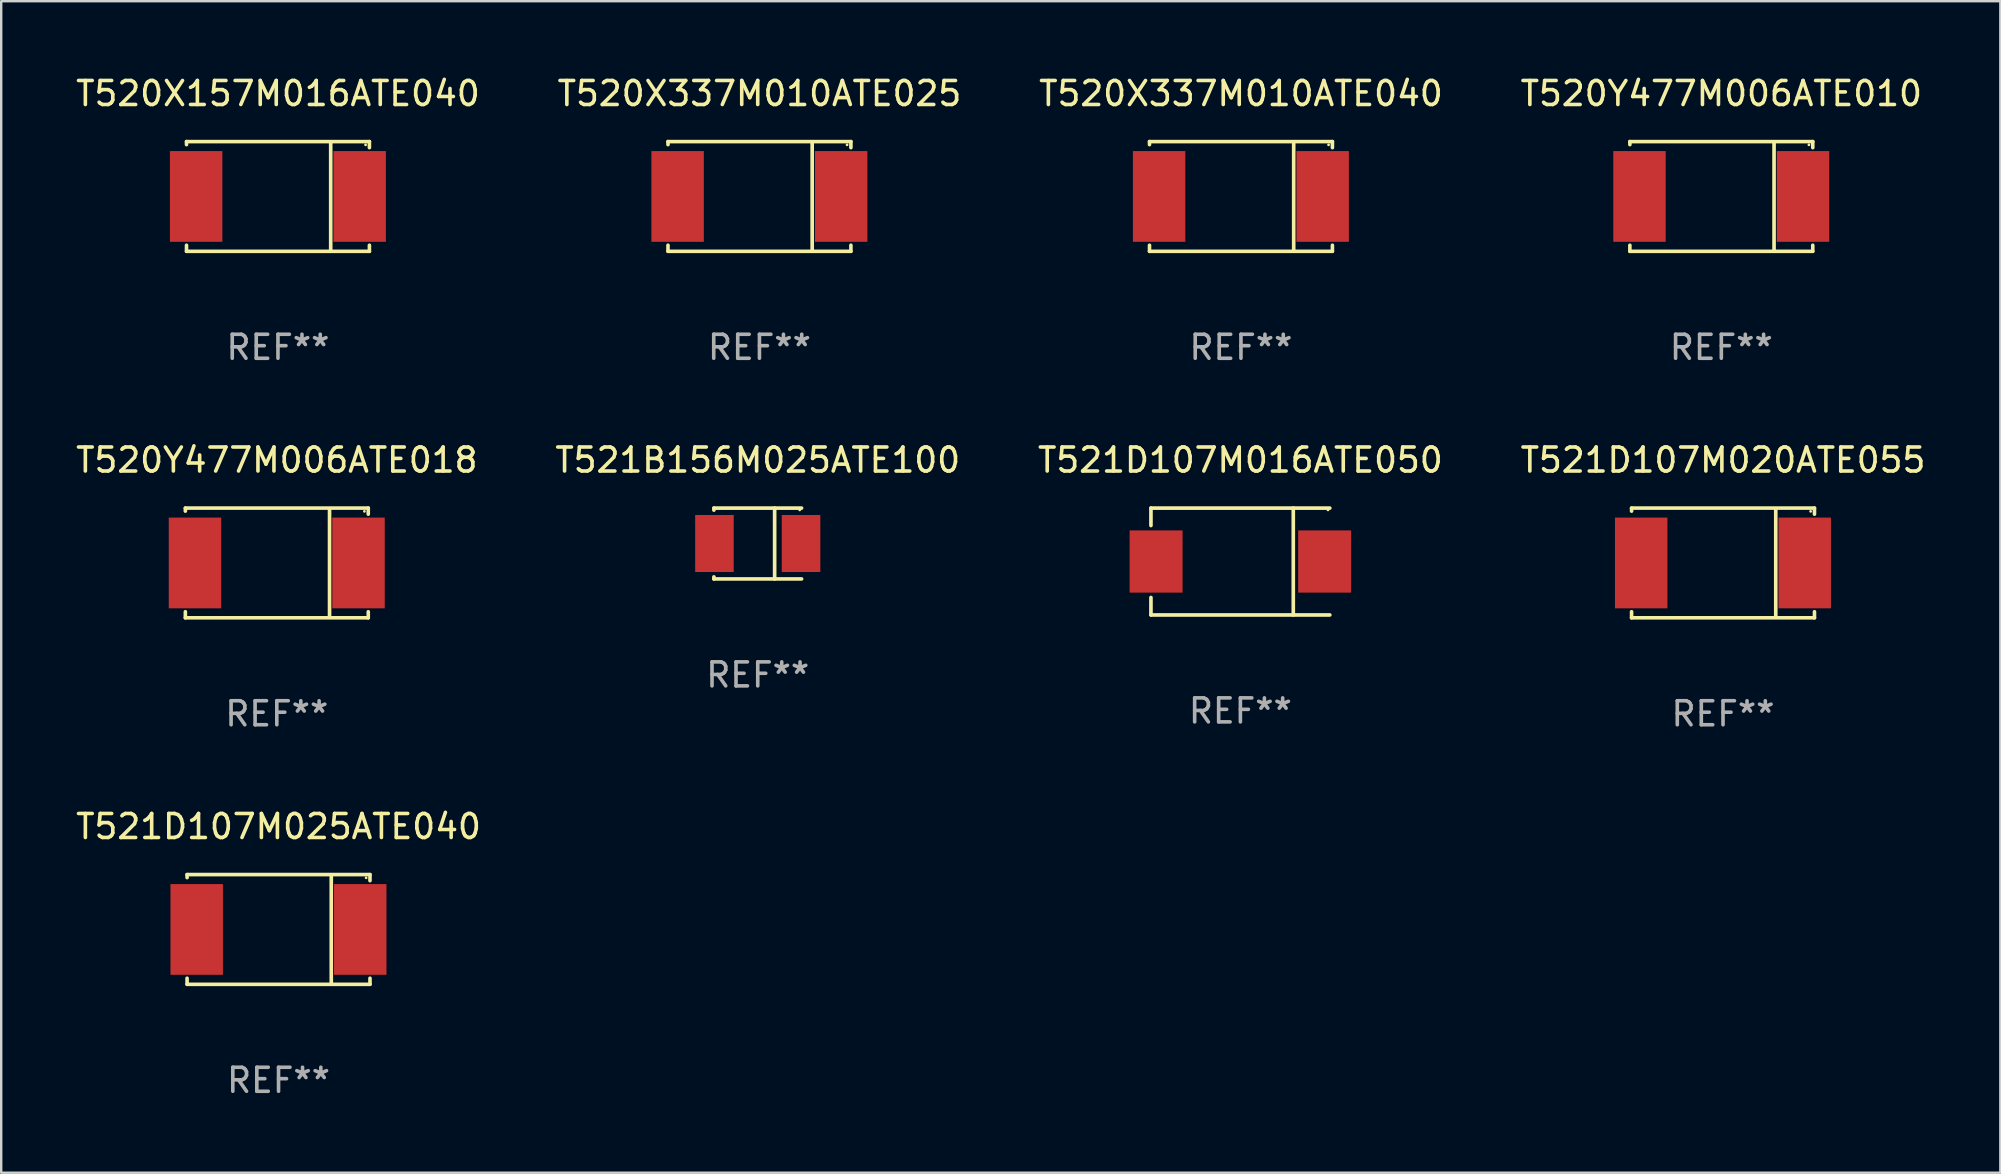
<source format=kicad_pcb>
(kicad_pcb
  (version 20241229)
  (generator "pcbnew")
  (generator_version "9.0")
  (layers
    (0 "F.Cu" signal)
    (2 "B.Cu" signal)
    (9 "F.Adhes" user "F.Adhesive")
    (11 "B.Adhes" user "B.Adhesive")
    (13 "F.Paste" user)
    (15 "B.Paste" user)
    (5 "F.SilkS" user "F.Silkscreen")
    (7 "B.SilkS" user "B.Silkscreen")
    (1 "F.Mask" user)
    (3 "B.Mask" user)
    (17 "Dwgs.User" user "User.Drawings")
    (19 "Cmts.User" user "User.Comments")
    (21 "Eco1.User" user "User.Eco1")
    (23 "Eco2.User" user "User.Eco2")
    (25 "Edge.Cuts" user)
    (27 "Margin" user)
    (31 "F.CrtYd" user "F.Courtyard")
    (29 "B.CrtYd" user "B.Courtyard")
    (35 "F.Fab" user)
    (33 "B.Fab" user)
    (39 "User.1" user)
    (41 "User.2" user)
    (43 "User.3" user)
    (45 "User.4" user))
  (footprint "T520X157M016ATE040"
    (layer "F.Cu")
    (at 8.53 5.134)
    (property "Reference" "T520X157M016ATE040" (at 0 -4.286 0) (layer "F.SilkS") (effects (font (size 1 1) (thickness 0.15))))
    (attr through_hole)
    (fp_line (start -3.81 -2.286) (end -3.81 -2.159) (stroke (width 0.15) (type solid)) (layer "F.SilkS"))
    (fp_line (start -3.81 2.032) (end -3.81 2.286) (stroke (width 0.15) (type solid)) (layer "F.SilkS"))
    (fp_line (start -3.81 2.286) (end 3.81 2.286) (stroke (width 0.15) (type solid)) (layer "F.SilkS"))
    (fp_line (start 2.197 -2.226) (end 2.197 2.226) (stroke (width 0.152) (type solid)) (layer "F.SilkS"))
    (fp_line (start 3.81 -2.286) (end -3.81 -2.286) (stroke (width 0.15) (type solid)) (layer "F.SilkS"))
    (fp_line (start 3.81 -2.032) (end 3.81 -2.286) (stroke (width 0.15) (type solid)) (layer "F.SilkS"))
    (fp_line (start 3.81 2.286) (end 3.81 2.032) (stroke (width 0.15) (type solid)) (layer "F.SilkS"))
    (fp_circle (center 3.65 -2.15) (end 3.68 -2.15) (stroke (width 0.06) (type solid)) (fill no) (layer "F.SilkS"))
    (fp_text user "REF**" (at 0 6.286 0) (layer "F.Fab") (effects (font (size 1 1) (thickness 0.15))))
    (pad "1" smd rect (at 3.404 0 180) (size 2.185 3.78) (layers "F.Cu" "F.Mask" "F.Paste"))
    (pad "2" smd rect (at -3.409 0 180) (size 2.185 3.78) (layers "F.Cu" "F.Mask" "F.Paste")))
  (footprint "T520Y477M006ATE010"
    (layer "F.Cu")
    (at 68.661 5.134)
    (property "Reference" "T520Y477M006ATE010" (at 0 -4.286 0) (layer "F.SilkS") (effects (font (size 1 1) (thickness 0.15))))
    (attr through_hole)
    (fp_line (start -3.81 -2.286) (end -3.81 -2.159) (stroke (width 0.15) (type solid)) (layer "F.SilkS"))
    (fp_line (start -3.81 2.032) (end -3.81 2.286) (stroke (width 0.15) (type solid)) (layer "F.SilkS"))
    (fp_line (start -3.81 2.286) (end 3.81 2.286) (stroke (width 0.15) (type solid)) (layer "F.SilkS"))
    (fp_line (start 2.197 -2.226) (end 2.197 2.226) (stroke (width 0.152) (type solid)) (layer "F.SilkS"))
    (fp_line (start 3.81 -2.286) (end -3.81 -2.286) (stroke (width 0.15) (type solid)) (layer "F.SilkS"))
    (fp_line (start 3.81 -2.032) (end 3.81 -2.286) (stroke (width 0.15) (type solid)) (layer "F.SilkS"))
    (fp_line (start 3.81 2.286) (end 3.81 2.032) (stroke (width 0.15) (type solid)) (layer "F.SilkS"))
    (fp_circle (center 3.65 -2.15) (end 3.68 -2.15) (stroke (width 0.06) (type solid)) (fill no) (layer "F.SilkS"))
    (fp_text user "REF**" (at 0 6.286 0) (layer "F.Fab") (effects (font (size 1 1) (thickness 0.15))))
    (pad "1" smd rect (at 3.404 0 180) (size 2.185 3.78) (layers "F.Cu" "F.Mask" "F.Paste"))
    (pad "2" smd rect (at -3.409 0 180) (size 2.185 3.78) (layers "F.Cu" "F.Mask" "F.Paste")))
  (footprint "T520X337M010ATE040"
    (layer "F.Cu")
    (at 48.649 5.134)
    (property "Reference" "T520X337M010ATE040" (at 0 -4.286 0) (layer "F.SilkS") (effects (font (size 1 1) (thickness 0.15))))
    (attr through_hole)
    (fp_line (start -3.81 -2.286) (end -3.81 -2.159) (stroke (width 0.15) (type solid)) (layer "F.SilkS"))
    (fp_line (start -3.81 2.032) (end -3.81 2.286) (stroke (width 0.15) (type solid)) (layer "F.SilkS"))
    (fp_line (start -3.81 2.286) (end 3.81 2.286) (stroke (width 0.15) (type solid)) (layer "F.SilkS"))
    (fp_line (start 2.197 -2.226) (end 2.197 2.226) (stroke (width 0.152) (type solid)) (layer "F.SilkS"))
    (fp_line (start 3.81 -2.286) (end -3.81 -2.286) (stroke (width 0.15) (type solid)) (layer "F.SilkS"))
    (fp_line (start 3.81 -2.032) (end 3.81 -2.286) (stroke (width 0.15) (type solid)) (layer "F.SilkS"))
    (fp_line (start 3.81 2.286) (end 3.81 2.032) (stroke (width 0.15) (type solid)) (layer "F.SilkS"))
    (fp_circle (center 3.65 -2.15) (end 3.68 -2.15) (stroke (width 0.06) (type solid)) (fill no) (layer "F.SilkS"))
    (fp_text user "REF**" (at 0 6.286 0) (layer "F.Fab") (effects (font (size 1 1) (thickness 0.15))))
    (pad "1" smd rect (at 3.404 0 180) (size 2.185 3.78) (layers "F.Cu" "F.Mask" "F.Paste"))
    (pad "2" smd rect (at -3.409 0 180) (size 2.185 3.78) (layers "F.Cu" "F.Mask" "F.Paste")))
  (footprint "T521D107M020ATE055"
    (layer "F.Cu")
    (at 68.732 20.403)
    (property "Reference" "T521D107M020ATE055" (at 0 -4.286 0) (layer "F.SilkS") (effects (font (size 1 1) (thickness 0.15))))
    (attr through_hole)
    (fp_line (start -3.81 -2.286) (end -3.81 -2.159) (stroke (width 0.15) (type solid)) (layer "F.SilkS"))
    (fp_line (start -3.81 2.032) (end -3.81 2.286) (stroke (width 0.15) (type solid)) (layer "F.SilkS"))
    (fp_line (start -3.81 2.286) (end 3.81 2.286) (stroke (width 0.15) (type solid)) (layer "F.SilkS"))
    (fp_line (start 2.197 -2.226) (end 2.197 2.226) (stroke (width 0.152) (type solid)) (layer "F.SilkS"))
    (fp_line (start 3.81 -2.286) (end -3.81 -2.286) (stroke (width 0.15) (type solid)) (layer "F.SilkS"))
    (fp_line (start 3.81 -2.032) (end 3.81 -2.286) (stroke (width 0.15) (type solid)) (layer "F.SilkS"))
    (fp_line (start 3.81 2.286) (end 3.81 2.032) (stroke (width 0.15) (type solid)) (layer "F.SilkS"))
    (fp_circle (center 3.65 -2.15) (end 3.68 -2.15) (stroke (width 0.06) (type solid)) (fill no) (layer "F.SilkS"))
    (fp_text user "REF**" (at 0 6.286 0) (layer "F.Fab") (effects (font (size 1 1) (thickness 0.15))))
    (pad "1" smd rect (at 3.404 0 180) (size 2.185 3.78) (layers "F.Cu" "F.Mask" "F.Paste"))
    (pad "2" smd rect (at -3.409 0 180) (size 2.185 3.78) (layers "F.Cu" "F.Mask" "F.Paste")))
  (footprint "T521B156M025ATE100"
    (layer "F.Cu")
    (at 28.518 19.593)
    (property "Reference" "T521B156M025ATE100" (at 0 -3.476 0) (layer "F.SilkS") (effects (font (size 1 1) (thickness 0.15))))
    (attr through_hole)
    (fp_line (start -1.826 -1.476) (end -1.826 -1.391) (stroke (width 0.152) (type solid)) (layer "F.SilkS"))
    (fp_line (start -1.826 -1.476) (end 1.826 -1.476) (stroke (width 0.152) (type solid)) (layer "F.SilkS"))
    (fp_line (start -1.826 1.476) (end -1.826 1.391) (stroke (width 0.152) (type solid)) (layer "F.SilkS"))
    (fp_line (start -1.826 1.476) (end 1.826 1.476) (stroke (width 0.152) (type solid)) (layer "F.SilkS"))
    (fp_line (start 0.704 -1.476) (end 0.704 1.476) (stroke (width 0.152) (type solid)) (layer "F.SilkS"))
    (fp_circle (center 1.75 -1.4) (end 1.78 -1.4) (stroke (width 0.06) (type solid)) (fill no) (layer "F.SilkS"))
    (fp_text user "REF**" (at 0 5.476 0) (layer "F.Fab") (effects (font (size 1 1) (thickness 0.15))))
    (pad "1" smd rect (at 1.804 0) (size 1.607 2.376) (layers "F.Cu" "F.Mask" "F.Paste"))
    (pad "2" smd rect (at -1.804 0) (size 1.607 2.376) (layers "F.Cu" "F.Mask" "F.Paste")))
  (footprint "T520Y477M006ATE018"
    (layer "F.Cu")
    (at 8.482 20.403)
    (property "Reference" "T520Y477M006ATE018" (at 0 -4.286 0) (layer "F.SilkS") (effects (font (size 1 1) (thickness 0.15))))
    (attr through_hole)
    (fp_line (start -3.81 -2.286) (end -3.81 -2.159) (stroke (width 0.15) (type solid)) (layer "F.SilkS"))
    (fp_line (start -3.81 2.032) (end -3.81 2.286) (stroke (width 0.15) (type solid)) (layer "F.SilkS"))
    (fp_line (start -3.81 2.286) (end 3.81 2.286) (stroke (width 0.15) (type solid)) (layer "F.SilkS"))
    (fp_line (start 2.197 -2.226) (end 2.197 2.226) (stroke (width 0.152) (type solid)) (layer "F.SilkS"))
    (fp_line (start 3.81 -2.286) (end -3.81 -2.286) (stroke (width 0.15) (type solid)) (layer "F.SilkS"))
    (fp_line (start 3.81 -2.032) (end 3.81 -2.286) (stroke (width 0.15) (type solid)) (layer "F.SilkS"))
    (fp_line (start 3.81 2.286) (end 3.81 2.032) (stroke (width 0.15) (type solid)) (layer "F.SilkS"))
    (fp_circle (center 3.65 -2.15) (end 3.68 -2.15) (stroke (width 0.06) (type solid)) (fill no) (layer "F.SilkS"))
    (fp_text user "REF**" (at 0 6.286 0) (layer "F.Fab") (effects (font (size 1 1) (thickness 0.15))))
    (pad "1" smd rect (at 3.404 0 180) (size 2.185 3.78) (layers "F.Cu" "F.Mask" "F.Paste"))
    (pad "2" smd rect (at -3.409 0 180) (size 2.185 3.78) (layers "F.Cu" "F.Mask" "F.Paste")))
  (footprint "T521D107M025ATE040"
    (layer "F.Cu")
    (at 8.554 35.671)
    (property "Reference" "T521D107M025ATE040" (at 0 -4.286 0) (layer "F.SilkS") (effects (font (size 1 1) (thickness 0.15))))
    (attr through_hole)
    (fp_line (start -3.81 -2.286) (end -3.81 -2.159) (stroke (width 0.15) (type solid)) (layer "F.SilkS"))
    (fp_line (start -3.81 2.032) (end -3.81 2.286) (stroke (width 0.15) (type solid)) (layer "F.SilkS"))
    (fp_line (start -3.81 2.286) (end 3.81 2.286) (stroke (width 0.15) (type solid)) (layer "F.SilkS"))
    (fp_line (start 2.197 -2.226) (end 2.197 2.226) (stroke (width 0.152) (type solid)) (layer "F.SilkS"))
    (fp_line (start 3.81 -2.286) (end -3.81 -2.286) (stroke (width 0.15) (type solid)) (layer "F.SilkS"))
    (fp_line (start 3.81 -2.032) (end 3.81 -2.286) (stroke (width 0.15) (type solid)) (layer "F.SilkS"))
    (fp_line (start 3.81 2.286) (end 3.81 2.032) (stroke (width 0.15) (type solid)) (layer "F.SilkS"))
    (fp_circle (center 3.65 -2.15) (end 3.68 -2.15) (stroke (width 0.06) (type solid)) (fill no) (layer "F.SilkS"))
    (fp_text user "REF**" (at 0 6.286 0) (layer "F.Fab") (effects (font (size 1 1) (thickness 0.15))))
    (pad "1" smd rect (at 3.404 0 180) (size 2.185 3.78) (layers "F.Cu" "F.Mask" "F.Paste"))
    (pad "2" smd rect (at -3.409 0 180) (size 2.185 3.78) (layers "F.Cu" "F.Mask" "F.Paste")))
  (footprint "T520X337M010ATE025"
    (layer "F.Cu")
    (at 28.589 5.134)
    (property "Reference" "T520X337M010ATE025" (at 0 -4.286 0) (layer "F.SilkS") (effects (font (size 1 1) (thickness 0.15))))
    (attr through_hole)
    (fp_line (start -3.81 -2.286) (end -3.81 -2.159) (stroke (width 0.15) (type solid)) (layer "F.SilkS"))
    (fp_line (start -3.81 2.032) (end -3.81 2.286) (stroke (width 0.15) (type solid)) (layer "F.SilkS"))
    (fp_line (start -3.81 2.286) (end 3.81 2.286) (stroke (width 0.15) (type solid)) (layer "F.SilkS"))
    (fp_line (start 2.197 -2.226) (end 2.197 2.226) (stroke (width 0.152) (type solid)) (layer "F.SilkS"))
    (fp_line (start 3.81 -2.286) (end -3.81 -2.286) (stroke (width 0.15) (type solid)) (layer "F.SilkS"))
    (fp_line (start 3.81 -2.032) (end 3.81 -2.286) (stroke (width 0.15) (type solid)) (layer "F.SilkS"))
    (fp_line (start 3.81 2.286) (end 3.81 2.032) (stroke (width 0.15) (type solid)) (layer "F.SilkS"))
    (fp_circle (center 3.65 -2.15) (end 3.68 -2.15) (stroke (width 0.06) (type solid)) (fill no) (layer "F.SilkS"))
    (fp_text user "REF**" (at 0 6.286 0) (layer "F.Fab") (effects (font (size 1 1) (thickness 0.15))))
    (pad "1" smd rect (at 3.404 0 180) (size 2.185 3.78) (layers "F.Cu" "F.Mask" "F.Paste"))
    (pad "2" smd rect (at -3.409 0 180) (size 2.185 3.78) (layers "F.Cu" "F.Mask" "F.Paste")))
  (footprint "T521D107M016ATE050"
    (layer "F.Cu")
    (at 48.625 20.343)
    (property "Reference" "T521D107M016ATE050" (at 0 -4.226 0) (layer "F.SilkS") (effects (font (size 1 1) (thickness 0.15))))
    (attr through_hole)
    (fp_line (start -3.726 -2.226) (end -3.726 -1.499) (stroke (width 0.152) (type solid)) (layer "F.SilkS"))
    (fp_line (start -3.726 -2.226) (end 3.726 -2.226) (stroke (width 0.152) (type solid)) (layer "F.SilkS"))
    (fp_line (start -3.726 2.226) (end -3.726 1.499) (stroke (width 0.152) (type solid)) (layer "F.SilkS"))
    (fp_line (start -3.726 2.226) (end 3.726 2.226) (stroke (width 0.152) (type solid)) (layer "F.SilkS"))
    (fp_line (start 2.204 -2.226) (end 2.204 2.226) (stroke (width 0.152) (type solid)) (layer "F.SilkS"))
    (fp_circle (center 3.65 -2.15) (end 3.68 -2.15) (stroke (width 0.06) (type solid)) (fill no) (layer "F.SilkS"))
    (fp_text user "REF**" (at 0 6.226 0) (layer "F.Fab") (effects (font (size 1 1) (thickness 0.15))))
    (pad "1" smd rect (at 3.511 0) (size 2.207 2.592) (layers "F.Cu" "F.Mask" "F.Paste"))
    (pad "2" smd rect (at -3.511 0) (size 2.207 2.592) (layers "F.Cu" "F.Mask" "F.Paste")))
  (gr_rect
    (start -3 -3)
    (end 80.286 45.806)
    (stroke (width 0.1) (type default))
    (fill no)
    (layer "Edge.Cuts")))
</source>
